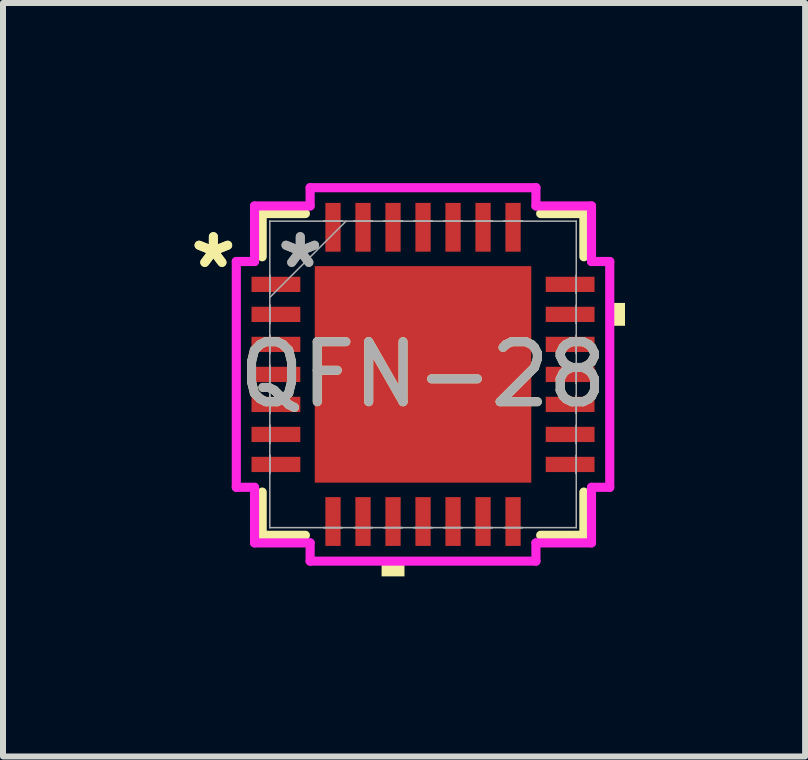
<source format=kicad_pcb>
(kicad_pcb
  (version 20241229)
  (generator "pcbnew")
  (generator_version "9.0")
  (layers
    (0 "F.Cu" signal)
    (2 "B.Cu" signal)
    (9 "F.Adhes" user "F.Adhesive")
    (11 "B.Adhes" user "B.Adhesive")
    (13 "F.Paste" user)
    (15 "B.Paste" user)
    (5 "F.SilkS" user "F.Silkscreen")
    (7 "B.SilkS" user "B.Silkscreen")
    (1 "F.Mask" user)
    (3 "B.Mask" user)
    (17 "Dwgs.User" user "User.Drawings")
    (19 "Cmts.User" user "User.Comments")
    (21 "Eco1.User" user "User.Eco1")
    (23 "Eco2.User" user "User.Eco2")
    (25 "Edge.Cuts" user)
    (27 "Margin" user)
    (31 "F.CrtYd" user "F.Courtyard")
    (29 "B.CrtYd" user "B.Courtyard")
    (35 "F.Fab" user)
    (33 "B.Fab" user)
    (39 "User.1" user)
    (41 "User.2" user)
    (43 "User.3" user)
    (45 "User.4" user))
  (footprint "QFN-28"
    (layer "F.Cu")
    (at 3.998 3.188)
    (property "Reference" "QFN-28" (at 0 0 0) (unlocked yes) (layer "F.SilkS") (effects (font (size 1 1) (thickness 0.15))))
    (attr smd)
    (fp_line (start -2.68 -2.68) (end -2.68 -1.96) (stroke (width 0.152) (type solid)) (layer "F.SilkS"))
    (fp_line (start -2.68 1.96) (end -2.68 2.68) (stroke (width 0.152) (type solid)) (layer "F.SilkS"))
    (fp_line (start -2.68 2.68) (end -1.96 2.68) (stroke (width 0.152) (type solid)) (layer "F.SilkS"))
    (fp_line (start -1.96 -2.68) (end -2.68 -2.68) (stroke (width 0.152) (type solid)) (layer "F.SilkS"))
    (fp_line (start 1.96 2.68) (end 2.68 2.68) (stroke (width 0.152) (type solid)) (layer "F.SilkS"))
    (fp_line (start 2.68 -2.68) (end 1.96 -2.68) (stroke (width 0.152) (type solid)) (layer "F.SilkS"))
    (fp_line (start 2.68 -1.96) (end 2.68 -2.68) (stroke (width 0.152) (type solid)) (layer "F.SilkS"))
    (fp_line (start 2.68 2.68) (end 2.68 1.96) (stroke (width 0.152) (type solid)) (layer "F.SilkS"))
    (fp_poly (pts (xy -0.69 3.111) (xy -0.69 3.365) (xy -0.309 3.365) (xy -0.309 3.111)) (stroke (width 0) (type solid)) (fill yes) (layer "F.SilkS"))
    (fp_poly (pts (xy 3.365 -1.191) (xy 3.365 -0.81) (xy 3.111 -0.81) (xy 3.111 -1.191)) (stroke (width 0) (type solid)) (fill yes) (layer "F.SilkS"))
    (fp_poly (pts (xy -1.703 -1.703) (xy -1.703 -0.1) (xy -0.1 -0.1) (xy -0.1 -1.703)) (stroke (width 0) (type solid)) (fill yes) (layer "F.Paste"))
    (fp_poly (pts (xy -1.703 0.1) (xy -1.703 1.703) (xy -0.1 1.703) (xy -0.1 0.1)) (stroke (width 0) (type solid)) (fill yes) (layer "F.Paste"))
    (fp_poly (pts (xy 0.1 -1.703) (xy 0.1 -0.1) (xy 1.703 -0.1) (xy 1.703 -1.703)) (stroke (width 0) (type solid)) (fill yes) (layer "F.Paste"))
    (fp_poly (pts (xy 0.1 0.1) (xy 0.1 1.703) (xy 1.703 1.703) (xy 1.703 0.1)) (stroke (width 0) (type solid)) (fill yes) (layer "F.Paste"))
    (fp_line (start -3.111 -1.881) (end -2.807 -1.881) (stroke (width 0.152) (type solid)) (layer "F.CrtYd"))
    (fp_line (start -3.111 1.881) (end -3.111 -1.881) (stroke (width 0.152) (type solid)) (layer "F.CrtYd"))
    (fp_line (start -2.807 -2.807) (end -1.881 -2.807) (stroke (width 0.152) (type solid)) (layer "F.CrtYd"))
    (fp_line (start -2.807 -1.881) (end -2.807 -2.807) (stroke (width 0.152) (type solid)) (layer "F.CrtYd"))
    (fp_line (start -2.807 1.881) (end -3.111 1.881) (stroke (width 0.152) (type solid)) (layer "F.CrtYd"))
    (fp_line (start -2.807 2.807) (end -2.807 1.881) (stroke (width 0.152) (type solid)) (layer "F.CrtYd"))
    (fp_line (start -1.881 -3.111) (end 1.881 -3.111) (stroke (width 0.152) (type solid)) (layer "F.CrtYd"))
    (fp_line (start -1.881 -2.807) (end -1.881 -3.111) (stroke (width 0.152) (type solid)) (layer "F.CrtYd"))
    (fp_line (start -1.881 2.807) (end -2.807 2.807) (stroke (width 0.152) (type solid)) (layer "F.CrtYd"))
    (fp_line (start -1.881 3.111) (end -1.881 2.807) (stroke (width 0.152) (type solid)) (layer "F.CrtYd"))
    (fp_line (start 1.881 -3.111) (end 1.881 -2.807) (stroke (width 0.152) (type solid)) (layer "F.CrtYd"))
    (fp_line (start 1.881 -2.807) (end 2.807 -2.807) (stroke (width 0.152) (type solid)) (layer "F.CrtYd"))
    (fp_line (start 1.881 2.807) (end 1.881 3.111) (stroke (width 0.152) (type solid)) (layer "F.CrtYd"))
    (fp_line (start 1.881 3.111) (end -1.881 3.111) (stroke (width 0.152) (type solid)) (layer "F.CrtYd"))
    (fp_line (start 2.807 -2.807) (end 2.807 -1.881) (stroke (width 0.152) (type solid)) (layer "F.CrtYd"))
    (fp_line (start 2.807 -1.881) (end 3.111 -1.881) (stroke (width 0.152) (type solid)) (layer "F.CrtYd"))
    (fp_line (start 2.807 1.881) (end 2.807 2.807) (stroke (width 0.152) (type solid)) (layer "F.CrtYd"))
    (fp_line (start 2.807 2.807) (end 1.881 2.807) (stroke (width 0.152) (type solid)) (layer "F.CrtYd"))
    (fp_line (start 3.111 -1.881) (end 3.111 1.881) (stroke (width 0.152) (type solid)) (layer "F.CrtYd"))
    (fp_line (start 3.111 1.881) (end 2.807 1.881) (stroke (width 0.152) (type solid)) (layer "F.CrtYd"))
    (fp_line (start -2.553 -2.553) (end -2.553 -2.553) (stroke (width 0.025) (type solid)) (layer "F.Fab"))
    (fp_line (start -2.553 -2.553) (end -2.553 2.553) (stroke (width 0.025) (type solid)) (layer "F.Fab"))
    (fp_line (start -2.553 -1.652) (end -2.553 -1.652) (stroke (width 0.025) (type solid)) (layer "F.Fab"))
    (fp_line (start -2.553 -1.652) (end -2.553 -1.348) (stroke (width 0.025) (type solid)) (layer "F.Fab"))
    (fp_line (start -2.553 -1.348) (end -2.553 -1.652) (stroke (width 0.025) (type solid)) (layer "F.Fab"))
    (fp_line (start -2.553 -1.348) (end -2.553 -1.348) (stroke (width 0.025) (type solid)) (layer "F.Fab"))
    (fp_line (start -2.553 -1.283) (end -1.283 -2.553) (stroke (width 0.025) (type solid)) (layer "F.Fab"))
    (fp_line (start -2.553 -1.152) (end -2.553 -1.152) (stroke (width 0.025) (type solid)) (layer "F.Fab"))
    (fp_line (start -2.553 -1.152) (end -2.553 -0.848) (stroke (width 0.025) (type solid)) (layer "F.Fab"))
    (fp_line (start -2.553 -0.848) (end -2.553 -1.152) (stroke (width 0.025) (type solid)) (layer "F.Fab"))
    (fp_line (start -2.553 -0.848) (end -2.553 -0.848) (stroke (width 0.025) (type solid)) (layer "F.Fab"))
    (fp_line (start -2.553 -0.652) (end -2.553 -0.652) (stroke (width 0.025) (type solid)) (layer "F.Fab"))
    (fp_line (start -2.553 -0.652) (end -2.553 -0.348) (stroke (width 0.025) (type solid)) (layer "F.Fab"))
    (fp_line (start -2.553 -0.348) (end -2.553 -0.652) (stroke (width 0.025) (type solid)) (layer "F.Fab"))
    (fp_line (start -2.553 -0.348) (end -2.553 -0.348) (stroke (width 0.025) (type solid)) (layer "F.Fab"))
    (fp_line (start -2.553 -0.152) (end -2.553 -0.152) (stroke (width 0.025) (type solid)) (layer "F.Fab"))
    (fp_line (start -2.553 -0.152) (end -2.553 0.152) (stroke (width 0.025) (type solid)) (layer "F.Fab"))
    (fp_line (start -2.553 0.152) (end -2.553 -0.152) (stroke (width 0.025) (type solid)) (layer "F.Fab"))
    (fp_line (start -2.553 0.152) (end -2.553 0.152) (stroke (width 0.025) (type solid)) (layer "F.Fab"))
    (fp_line (start -2.553 0.348) (end -2.553 0.348) (stroke (width 0.025) (type solid)) (layer "F.Fab"))
    (fp_line (start -2.553 0.348) (end -2.553 0.652) (stroke (width 0.025) (type solid)) (layer "F.Fab"))
    (fp_line (start -2.553 0.652) (end -2.553 0.348) (stroke (width 0.025) (type solid)) (layer "F.Fab"))
    (fp_line (start -2.553 0.652) (end -2.553 0.652) (stroke (width 0.025) (type solid)) (layer "F.Fab"))
    (fp_line (start -2.553 0.848) (end -2.553 0.848) (stroke (width 0.025) (type solid)) (layer "F.Fab"))
    (fp_line (start -2.553 0.848) (end -2.553 1.152) (stroke (width 0.025) (type solid)) (layer "F.Fab"))
    (fp_line (start -2.553 1.152) (end -2.553 0.848) (stroke (width 0.025) (type solid)) (layer "F.Fab"))
    (fp_line (start -2.553 1.152) (end -2.553 1.152) (stroke (width 0.025) (type solid)) (layer "F.Fab"))
    (fp_line (start -2.553 1.348) (end -2.553 1.348) (stroke (width 0.025) (type solid)) (layer "F.Fab"))
    (fp_line (start -2.553 1.348) (end -2.553 1.652) (stroke (width 0.025) (type solid)) (layer "F.Fab"))
    (fp_line (start -2.553 1.652) (end -2.553 1.348) (stroke (width 0.025) (type solid)) (layer "F.Fab"))
    (fp_line (start -2.553 1.652) (end -2.553 1.652) (stroke (width 0.025) (type solid)) (layer "F.Fab"))
    (fp_line (start -2.553 2.553) (end -2.553 2.553) (stroke (width 0.025) (type solid)) (layer "F.Fab"))
    (fp_line (start -2.553 2.553) (end 2.553 2.553) (stroke (width 0.025) (type solid)) (layer "F.Fab"))
    (fp_line (start -1.652 -2.553) (end -1.652 -2.553) (stroke (width 0.025) (type solid)) (layer "F.Fab"))
    (fp_line (start -1.652 -2.553) (end -1.348 -2.553) (stroke (width 0.025) (type solid)) (layer "F.Fab"))
    (fp_line (start -1.652 2.553) (end -1.652 2.553) (stroke (width 0.025) (type solid)) (layer "F.Fab"))
    (fp_line (start -1.652 2.553) (end -1.348 2.553) (stroke (width 0.025) (type solid)) (layer "F.Fab"))
    (fp_line (start -1.348 -2.553) (end -1.652 -2.553) (stroke (width 0.025) (type solid)) (layer "F.Fab"))
    (fp_line (start -1.348 -2.553) (end -1.348 -2.553) (stroke (width 0.025) (type solid)) (layer "F.Fab"))
    (fp_line (start -1.348 2.553) (end -1.652 2.553) (stroke (width 0.025) (type solid)) (layer "F.Fab"))
    (fp_line (start -1.348 2.553) (end -1.348 2.553) (stroke (width 0.025) (type solid)) (layer "F.Fab"))
    (fp_line (start -1.152 -2.553) (end -1.152 -2.553) (stroke (width 0.025) (type solid)) (layer "F.Fab"))
    (fp_line (start -1.152 -2.553) (end -0.848 -2.553) (stroke (width 0.025) (type solid)) (layer "F.Fab"))
    (fp_line (start -1.152 2.553) (end -1.152 2.553) (stroke (width 0.025) (type solid)) (layer "F.Fab"))
    (fp_line (start -1.152 2.553) (end -0.848 2.553) (stroke (width 0.025) (type solid)) (layer "F.Fab"))
    (fp_line (start -0.848 -2.553) (end -1.152 -2.553) (stroke (width 0.025) (type solid)) (layer "F.Fab"))
    (fp_line (start -0.848 -2.553) (end -0.848 -2.553) (stroke (width 0.025) (type solid)) (layer "F.Fab"))
    (fp_line (start -0.848 2.553) (end -1.152 2.553) (stroke (width 0.025) (type solid)) (layer "F.Fab"))
    (fp_line (start -0.848 2.553) (end -0.848 2.553) (stroke (width 0.025) (type solid)) (layer "F.Fab"))
    (fp_line (start -0.652 -2.553) (end -0.652 -2.553) (stroke (width 0.025) (type solid)) (layer "F.Fab"))
    (fp_line (start -0.652 -2.553) (end -0.348 -2.553) (stroke (width 0.025) (type solid)) (layer "F.Fab"))
    (fp_line (start -0.652 2.553) (end -0.652 2.553) (stroke (width 0.025) (type solid)) (layer "F.Fab"))
    (fp_line (start -0.652 2.553) (end -0.348 2.553) (stroke (width 0.025) (type solid)) (layer "F.Fab"))
    (fp_line (start -0.348 -2.553) (end -0.652 -2.553) (stroke (width 0.025) (type solid)) (layer "F.Fab"))
    (fp_line (start -0.348 -2.553) (end -0.348 -2.553) (stroke (width 0.025) (type solid)) (layer "F.Fab"))
    (fp_line (start -0.348 2.553) (end -0.652 2.553) (stroke (width 0.025) (type solid)) (layer "F.Fab"))
    (fp_line (start -0.348 2.553) (end -0.348 2.553) (stroke (width 0.025) (type solid)) (layer "F.Fab"))
    (fp_line (start -0.152 -2.553) (end -0.152 -2.553) (stroke (width 0.025) (type solid)) (layer "F.Fab"))
    (fp_line (start -0.152 -2.553) (end 0.152 -2.553) (stroke (width 0.025) (type solid)) (layer "F.Fab"))
    (fp_line (start -0.152 2.553) (end -0.152 2.553) (stroke (width 0.025) (type solid)) (layer "F.Fab"))
    (fp_line (start -0.152 2.553) (end 0.152 2.553) (stroke (width 0.025) (type solid)) (layer "F.Fab"))
    (fp_line (start 0.152 -2.553) (end -0.152 -2.553) (stroke (width 0.025) (type solid)) (layer "F.Fab"))
    (fp_line (start 0.152 -2.553) (end 0.152 -2.553) (stroke (width 0.025) (type solid)) (layer "F.Fab"))
    (fp_line (start 0.152 2.553) (end -0.152 2.553) (stroke (width 0.025) (type solid)) (layer "F.Fab"))
    (fp_line (start 0.152 2.553) (end 0.152 2.553) (stroke (width 0.025) (type solid)) (layer "F.Fab"))
    (fp_line (start 0.348 -2.553) (end 0.348 -2.553) (stroke (width 0.025) (type solid)) (layer "F.Fab"))
    (fp_line (start 0.348 -2.553) (end 0.652 -2.553) (stroke (width 0.025) (type solid)) (layer "F.Fab"))
    (fp_line (start 0.348 2.553) (end 0.348 2.553) (stroke (width 0.025) (type solid)) (layer "F.Fab"))
    (fp_line (start 0.348 2.553) (end 0.652 2.553) (stroke (width 0.025) (type solid)) (layer "F.Fab"))
    (fp_line (start 0.652 -2.553) (end 0.348 -2.553) (stroke (width 0.025) (type solid)) (layer "F.Fab"))
    (fp_line (start 0.652 -2.553) (end 0.652 -2.553) (stroke (width 0.025) (type solid)) (layer "F.Fab"))
    (fp_line (start 0.652 2.553) (end 0.348 2.553) (stroke (width 0.025) (type solid)) (layer "F.Fab"))
    (fp_line (start 0.652 2.553) (end 0.652 2.553) (stroke (width 0.025) (type solid)) (layer "F.Fab"))
    (fp_line (start 0.848 -2.553) (end 0.848 -2.553) (stroke (width 0.025) (type solid)) (layer "F.Fab"))
    (fp_line (start 0.848 -2.553) (end 1.152 -2.553) (stroke (width 0.025) (type solid)) (layer "F.Fab"))
    (fp_line (start 0.848 2.553) (end 0.848 2.553) (stroke (width 0.025) (type solid)) (layer "F.Fab"))
    (fp_line (start 0.848 2.553) (end 1.152 2.553) (stroke (width 0.025) (type solid)) (layer "F.Fab"))
    (fp_line (start 1.152 -2.553) (end 0.848 -2.553) (stroke (width 0.025) (type solid)) (layer "F.Fab"))
    (fp_line (start 1.152 -2.553) (end 1.152 -2.553) (stroke (width 0.025) (type solid)) (layer "F.Fab"))
    (fp_line (start 1.152 2.553) (end 0.848 2.553) (stroke (width 0.025) (type solid)) (layer "F.Fab"))
    (fp_line (start 1.152 2.553) (end 1.152 2.553) (stroke (width 0.025) (type solid)) (layer "F.Fab"))
    (fp_line (start 1.348 -2.553) (end 1.348 -2.553) (stroke (width 0.025) (type solid)) (layer "F.Fab"))
    (fp_line (start 1.348 -2.553) (end 1.652 -2.553) (stroke (width 0.025) (type solid)) (layer "F.Fab"))
    (fp_line (start 1.348 2.553) (end 1.348 2.553) (stroke (width 0.025) (type solid)) (layer "F.Fab"))
    (fp_line (start 1.348 2.553) (end 1.652 2.553) (stroke (width 0.025) (type solid)) (layer "F.Fab"))
    (fp_line (start 1.652 -2.553) (end 1.348 -2.553) (stroke (width 0.025) (type solid)) (layer "F.Fab"))
    (fp_line (start 1.652 -2.553) (end 1.652 -2.553) (stroke (width 0.025) (type solid)) (layer "F.Fab"))
    (fp_line (start 1.652 2.553) (end 1.348 2.553) (stroke (width 0.025) (type solid)) (layer "F.Fab"))
    (fp_line (start 1.652 2.553) (end 1.652 2.553) (stroke (width 0.025) (type solid)) (layer "F.Fab"))
    (fp_line (start 2.553 -2.553) (end -2.553 -2.553) (stroke (width 0.025) (type solid)) (layer "F.Fab"))
    (fp_line (start 2.553 -2.553) (end 2.553 -2.553) (stroke (width 0.025) (type solid)) (layer "F.Fab"))
    (fp_line (start 2.553 -1.652) (end 2.553 -1.652) (stroke (width 0.025) (type solid)) (layer "F.Fab"))
    (fp_line (start 2.553 -1.652) (end 2.553 -1.348) (stroke (width 0.025) (type solid)) (layer "F.Fab"))
    (fp_line (start 2.553 -1.348) (end 2.553 -1.652) (stroke (width 0.025) (type solid)) (layer "F.Fab"))
    (fp_line (start 2.553 -1.348) (end 2.553 -1.348) (stroke (width 0.025) (type solid)) (layer "F.Fab"))
    (fp_line (start 2.553 -1.152) (end 2.553 -1.152) (stroke (width 0.025) (type solid)) (layer "F.Fab"))
    (fp_line (start 2.553 -1.152) (end 2.553 -0.848) (stroke (width 0.025) (type solid)) (layer "F.Fab"))
    (fp_line (start 2.553 -0.848) (end 2.553 -1.152) (stroke (width 0.025) (type solid)) (layer "F.Fab"))
    (fp_line (start 2.553 -0.848) (end 2.553 -0.848) (stroke (width 0.025) (type solid)) (layer "F.Fab"))
    (fp_line (start 2.553 -0.652) (end 2.553 -0.652) (stroke (width 0.025) (type solid)) (layer "F.Fab"))
    (fp_line (start 2.553 -0.652) (end 2.553 -0.348) (stroke (width 0.025) (type solid)) (layer "F.Fab"))
    (fp_line (start 2.553 -0.348) (end 2.553 -0.652) (stroke (width 0.025) (type solid)) (layer "F.Fab"))
    (fp_line (start 2.553 -0.348) (end 2.553 -0.348) (stroke (width 0.025) (type solid)) (layer "F.Fab"))
    (fp_line (start 2.553 -0.152) (end 2.553 -0.152) (stroke (width 0.025) (type solid)) (layer "F.Fab"))
    (fp_line (start 2.553 -0.152) (end 2.553 0.152) (stroke (width 0.025) (type solid)) (layer "F.Fab"))
    (fp_line (start 2.553 0.152) (end 2.553 -0.152) (stroke (width 0.025) (type solid)) (layer "F.Fab"))
    (fp_line (start 2.553 0.152) (end 2.553 0.152) (stroke (width 0.025) (type solid)) (layer "F.Fab"))
    (fp_line (start 2.553 0.348) (end 2.553 0.348) (stroke (width 0.025) (type solid)) (layer "F.Fab"))
    (fp_line (start 2.553 0.348) (end 2.553 0.652) (stroke (width 0.025) (type solid)) (layer "F.Fab"))
    (fp_line (start 2.553 0.652) (end 2.553 0.348) (stroke (width 0.025) (type solid)) (layer "F.Fab"))
    (fp_line (start 2.553 0.652) (end 2.553 0.652) (stroke (width 0.025) (type solid)) (layer "F.Fab"))
    (fp_line (start 2.553 0.848) (end 2.553 0.848) (stroke (width 0.025) (type solid)) (layer "F.Fab"))
    (fp_line (start 2.553 0.848) (end 2.553 1.152) (stroke (width 0.025) (type solid)) (layer "F.Fab"))
    (fp_line (start 2.553 1.152) (end 2.553 0.848) (stroke (width 0.025) (type solid)) (layer "F.Fab"))
    (fp_line (start 2.553 1.152) (end 2.553 1.152) (stroke (width 0.025) (type solid)) (layer "F.Fab"))
    (fp_line (start 2.553 1.348) (end 2.553 1.348) (stroke (width 0.025) (type solid)) (layer "F.Fab"))
    (fp_line (start 2.553 1.348) (end 2.553 1.652) (stroke (width 0.025) (type solid)) (layer "F.Fab"))
    (fp_line (start 2.553 1.652) (end 2.553 1.348) (stroke (width 0.025) (type solid)) (layer "F.Fab"))
    (fp_line (start 2.553 1.652) (end 2.553 1.652) (stroke (width 0.025) (type solid)) (layer "F.Fab"))
    (fp_line (start 2.553 2.553) (end 2.553 -2.553) (stroke (width 0.025) (type solid)) (layer "F.Fab"))
    (fp_line (start 2.553 2.553) (end 2.553 2.553) (stroke (width 0.025) (type solid)) (layer "F.Fab"))
    (fp_text user "*" (at -3.493 -1.75 0) (layer "F.SilkS") (effects (font (size 1 1) (thickness 0.15))))
    (fp_text user "*" (at -3.493 -1.75 0) (unlocked yes) (layer "F.SilkS") (effects (font (size 1 1) (thickness 0.15))))
    (fp_text user "*" (at -2.045 -1.75 0) (unlocked yes) (layer "F.Fab") (effects (font (size 1 1) (thickness 0.15))))
    (fp_text user "*" (at -2.045 -1.75 0) (layer "F.Fab") (effects (font (size 1 1) (thickness 0.15))))
    (fp_text user "${REFERENCE}" (at 0 0 0) (unlocked yes) (layer "F.Fab") (effects (font (size 1 1) (thickness 0.15))))
    (pad "1" smd rect (at -2.451 -1.5 90) (size 0.254 0.813) (layers "F.Cu" "F.Mask" "F.Paste"))
    (pad "2" smd rect (at -2.451 -1 90) (size 0.254 0.813) (layers "F.Cu" "F.Mask" "F.Paste"))
    (pad "3" smd rect (at -2.451 -0.5 90) (size 0.254 0.813) (layers "F.Cu" "F.Mask" "F.Paste"))
    (pad "4" smd rect (at -2.451 0 90) (size 0.254 0.813) (layers "F.Cu" "F.Mask" "F.Paste"))
    (pad "5" smd rect (at -2.451 0.5 90) (size 0.254 0.813) (layers "F.Cu" "F.Mask" "F.Paste"))
    (pad "6" smd rect (at -2.451 1 90) (size 0.254 0.813) (layers "F.Cu" "F.Mask" "F.Paste"))
    (pad "7" smd rect (at -2.451 1.5 90) (size 0.254 0.813) (layers "F.Cu" "F.Mask" "F.Paste"))
    (pad "8" smd rect (at -1.5 2.451) (size 0.254 0.813) (layers "F.Cu" "F.Mask" "F.Paste"))
    (pad "9" smd rect (at -1 2.451) (size 0.254 0.813) (layers "F.Cu" "F.Mask" "F.Paste"))
    (pad "10" smd rect (at -0.5 2.451) (size 0.254 0.813) (layers "F.Cu" "F.Mask" "F.Paste"))
    (pad "11" smd rect (at 0 2.451) (size 0.254 0.813) (layers "F.Cu" "F.Mask" "F.Paste"))
    (pad "12" smd rect (at 0.5 2.451) (size 0.254 0.813) (layers "F.Cu" "F.Mask" "F.Paste"))
    (pad "13" smd rect (at 1 2.451) (size 0.254 0.813) (layers "F.Cu" "F.Mask" "F.Paste"))
    (pad "14" smd rect (at 1.5 2.451) (size 0.254 0.813) (layers "F.Cu" "F.Mask" "F.Paste"))
    (pad "15" smd rect (at 2.451 1.5 90) (size 0.254 0.813) (layers "F.Cu" "F.Mask" "F.Paste"))
    (pad "16" smd rect (at 2.451 1 90) (size 0.254 0.813) (layers "F.Cu" "F.Mask" "F.Paste"))
    (pad "17" smd rect (at 2.451 0.5 90) (size 0.254 0.813) (layers "F.Cu" "F.Mask" "F.Paste"))
    (pad "18" smd rect (at 2.451 0 90) (size 0.254 0.813) (layers "F.Cu" "F.Mask" "F.Paste"))
    (pad "19" smd rect (at 2.451 -0.5 90) (size 0.254 0.813) (layers "F.Cu" "F.Mask" "F.Paste"))
    (pad "20" smd rect (at 2.451 -1 90) (size 0.254 0.813) (layers "F.Cu" "F.Mask" "F.Paste"))
    (pad "21" smd rect (at 2.451 -1.5 90) (size 0.254 0.813) (layers "F.Cu" "F.Mask" "F.Paste"))
    (pad "22" smd rect (at 1.5 -2.451) (size 0.254 0.813) (layers "F.Cu" "F.Mask" "F.Paste"))
    (pad "23" smd rect (at 1 -2.451) (size 0.254 0.813) (layers "F.Cu" "F.Mask" "F.Paste"))
    (pad "24" smd rect (at 0.5 -2.451) (size 0.254 0.813) (layers "F.Cu" "F.Mask" "F.Paste"))
    (pad "25" smd rect (at 0 -2.451) (size 0.254 0.813) (layers "F.Cu" "F.Mask" "F.Paste"))
    (pad "26" smd rect (at -0.5 -2.451) (size 0.254 0.813) (layers "F.Cu" "F.Mask" "F.Paste"))
    (pad "27" smd rect (at -1 -2.451) (size 0.254 0.813) (layers "F.Cu" "F.Mask" "F.Paste"))
    (pad "28" smd rect (at -1.5 -2.451) (size 0.254 0.813) (layers "F.Cu" "F.Mask" "F.Paste"))
    (pad "29" smd rect (at 0 0) (size 3.607 3.607) (layers "F.Cu" "F.Mask" "F.Paste")))
  (gr_rect
    (start -3 -3)
    (end 10.364 9.553)
    (stroke (width 0.1) (type default))
    (fill no)
    (layer "Edge.Cuts")))
</source>
